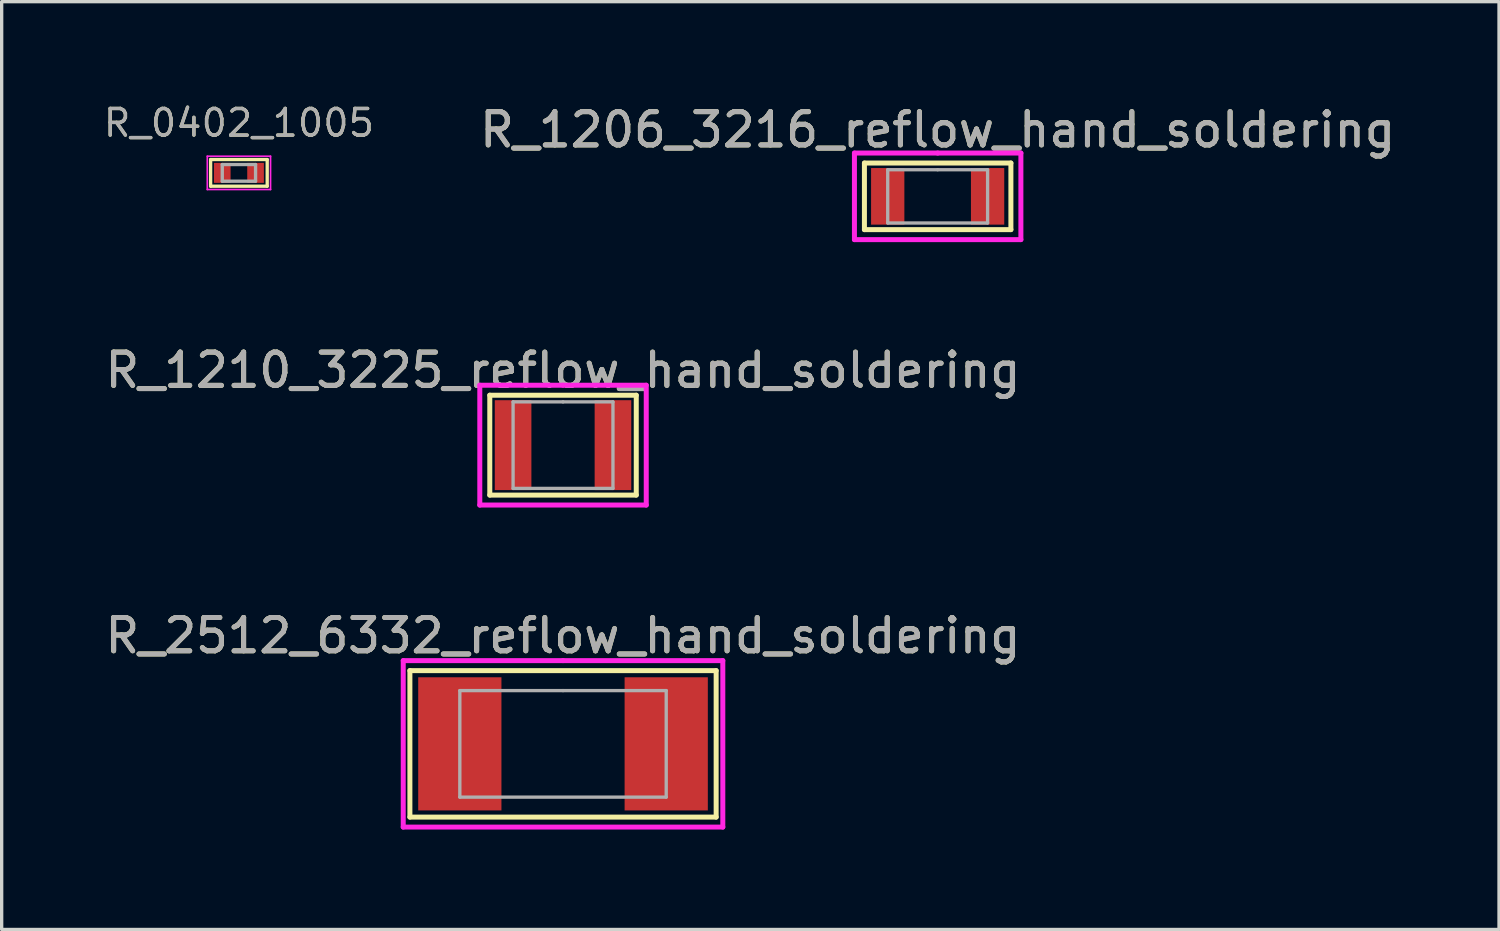
<source format=kicad_pcb>
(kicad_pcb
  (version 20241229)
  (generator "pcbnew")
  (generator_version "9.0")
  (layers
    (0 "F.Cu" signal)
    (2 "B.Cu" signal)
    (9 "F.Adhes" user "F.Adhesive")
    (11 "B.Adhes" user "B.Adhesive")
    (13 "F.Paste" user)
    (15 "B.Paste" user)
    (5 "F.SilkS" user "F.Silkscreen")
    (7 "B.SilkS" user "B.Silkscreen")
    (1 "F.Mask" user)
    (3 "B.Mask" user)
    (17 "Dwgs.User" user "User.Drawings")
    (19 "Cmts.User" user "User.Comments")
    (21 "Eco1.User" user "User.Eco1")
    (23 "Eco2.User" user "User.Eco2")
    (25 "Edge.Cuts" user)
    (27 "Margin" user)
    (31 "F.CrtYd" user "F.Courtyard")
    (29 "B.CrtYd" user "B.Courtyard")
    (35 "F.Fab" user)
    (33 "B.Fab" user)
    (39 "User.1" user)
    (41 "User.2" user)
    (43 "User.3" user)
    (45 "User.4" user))
  (footprint "R_2512_6332_reflow_hand_soldering"
    (layer "F.Cu")
    (at 13.863 19.295)
    (property "Reference" "R_2512_6332_reflow_hand_soldering" (at 0 -3.25 0) (layer "F.SilkS") (effects (font (size 1 1) (thickness 0.15))))
    (attr smd)
    (fp_line (start -4.6 -2.2) (end -4.6 2.2) (stroke (width 0.15) (type solid)) (layer "F.SilkS"))
    (fp_line (start -4.6 2.2) (end 4.6 2.2) (stroke (width 0.15) (type solid)) (layer "F.SilkS"))
    (fp_line (start 4.6 -2.2) (end -4.6 -2.2) (stroke (width 0.15) (type solid)) (layer "F.SilkS"))
    (fp_line (start 4.6 2.2) (end 4.6 -2.2) (stroke (width 0.15) (type solid)) (layer "F.SilkS"))
    (fp_line (start -4.8 -2.5) (end 0 -2.5) (stroke (width 0.15) (type solid)) (layer "F.CrtYd"))
    (fp_line (start -4.8 2.5) (end -4.8 -2.5) (stroke (width 0.15) (type solid)) (layer "F.CrtYd"))
    (fp_line (start 0 -2.5) (end 4.8 -2.5) (stroke (width 0.15) (type solid)) (layer "F.CrtYd"))
    (fp_line (start 4.8 -2.5) (end 4.8 2.5) (stroke (width 0.15) (type solid)) (layer "F.CrtYd"))
    (fp_line (start 4.8 2.5) (end -4.8 2.5) (stroke (width 0.15) (type solid)) (layer "F.CrtYd"))
    (fp_line (start -3.1 -1.6) (end 0 -1.6) (stroke (width 0.1) (type solid)) (layer "F.Fab"))
    (fp_line (start -3.1 1.6) (end -3.1 -1.6) (stroke (width 0.1) (type solid)) (layer "F.Fab"))
    (fp_line (start 0 -1.6) (end 3.1 -1.6) (stroke (width 0.1) (type solid)) (layer "F.Fab"))
    (fp_line (start 3.1 -1.6) (end 3.1 1.6) (stroke (width 0.1) (type solid)) (layer "F.Fab"))
    (fp_line (start 3.1 1.6) (end -3.1 1.6) (stroke (width 0.1) (type solid)) (layer "F.Fab"))
    (fp_text user "${REFERENCE}" (at 0 -3.25 0) (layer "F.Fab") (effects (font (size 1 1) (thickness 0.15))))
    (pad "1" smd rect (at -3.1 0) (size 2.5 4) (layers "F.Cu" "F.Mask" "F.Paste"))
    (pad "2" smd rect (at 3.1 0) (size 2.5 4) (layers "F.Cu" "F.Mask" "F.Paste")))
  (footprint "R_1206_3216_reflow_hand_soldering"
    (layer "F.Cu")
    (at 25.117 2.848)
    (property "Reference" "R_1206_3216_reflow_hand_soldering" (at 0 -2 0) (layer "F.SilkS") (effects (font (size 1 1) (thickness 0.15))))
    (attr smd)
    (fp_line (start -2.2 -1) (end 2.2 -1) (stroke (width 0.15) (type solid)) (layer "F.SilkS"))
    (fp_line (start -2.2 1) (end -2.2 -1) (stroke (width 0.15) (type solid)) (layer "F.SilkS"))
    (fp_line (start 2.2 -1) (end 2.2 1) (stroke (width 0.15) (type solid)) (layer "F.SilkS"))
    (fp_line (start 2.2 1) (end -2.2 1) (stroke (width 0.15) (type solid)) (layer "F.SilkS"))
    (fp_line (start -2.5 -1.3) (end 0 -1.3) (stroke (width 0.15) (type solid)) (layer "F.CrtYd"))
    (fp_line (start -2.5 1.3) (end -2.5 -1.3) (stroke (width 0.15) (type solid)) (layer "F.CrtYd"))
    (fp_line (start 0 -1.3) (end 2.5 -1.3) (stroke (width 0.15) (type solid)) (layer "F.CrtYd"))
    (fp_line (start 2.5 -1.3) (end 2.5 1.3) (stroke (width 0.15) (type solid)) (layer "F.CrtYd"))
    (fp_line (start 2.5 1.3) (end -2.5 1.3) (stroke (width 0.15) (type solid)) (layer "F.CrtYd"))
    (fp_line (start -1.5 -0.8) (end 0 -0.8) (stroke (width 0.1) (type solid)) (layer "F.Fab"))
    (fp_line (start -1.5 0.8) (end -1.5 -0.8) (stroke (width 0.1) (type solid)) (layer "F.Fab"))
    (fp_line (start 0 -0.8) (end 1.5 -0.8) (stroke (width 0.1) (type solid)) (layer "F.Fab"))
    (fp_line (start 1.5 -0.8) (end 1.5 0.8) (stroke (width 0.1) (type solid)) (layer "F.Fab"))
    (fp_line (start 1.5 0.8) (end -1.5 0.8) (stroke (width 0.1) (type solid)) (layer "F.Fab"))
    (fp_text user "${REFERENCE}" (at 0 -2 0) (layer "F.Fab") (effects (font (size 1 1) (thickness 0.15))))
    (pad "1" smd rect (at -1.5 0) (size 1 1.7) (layers "F.Cu" "F.Mask" "F.Paste"))
    (pad "2" smd rect (at 1.5 0) (size 1 1.7) (layers "F.Cu" "F.Mask" "F.Paste")))
  (footprint "R_0402_1005"
    (layer "F.Cu")
    (at 4.127 2.143)
    (property "Reference" "R_0402_1005" (at 0 -1.5 0) (layer "F.SilkS") (effects (font (size 0.8 0.8) (thickness 0.1))))
    (attr smd)
    (fp_line (start -0.85 -0.4) (end -0.85 0.4) (stroke (width 0.1) (type solid)) (layer "F.SilkS"))
    (fp_line (start -0.85 0.4) (end 0.85 0.4) (stroke (width 0.1) (type solid)) (layer "F.SilkS"))
    (fp_line (start 0.85 -0.4) (end -0.85 -0.4) (stroke (width 0.1) (type solid)) (layer "F.SilkS"))
    (fp_line (start 0.85 0.4) (end 0.85 -0.4) (stroke (width 0.1) (type solid)) (layer "F.SilkS"))
    (fp_line (start -0.95 -0.5) (end -0.95 0.5) (stroke (width 0.05) (type solid)) (layer "F.CrtYd"))
    (fp_line (start -0.95 0.5) (end 0.95 0.5) (stroke (width 0.05) (type solid)) (layer "F.CrtYd"))
    (fp_line (start 0.95 -0.5) (end -0.95 -0.5) (stroke (width 0.05) (type solid)) (layer "F.CrtYd"))
    (fp_line (start 0.95 0.5) (end 0.95 -0.5) (stroke (width 0.05) (type solid)) (layer "F.CrtYd"))
    (fp_line (start -0.5 -0.25) (end 0.5 -0.25) (stroke (width 0.1) (type solid)) (layer "F.Fab"))
    (fp_line (start -0.5 0.25) (end -0.5 -0.25) (stroke (width 0.1) (type solid)) (layer "F.Fab"))
    (fp_line (start 0.5 -0.25) (end 0.5 0.25) (stroke (width 0.1) (type solid)) (layer "F.Fab"))
    (fp_line (start 0.5 0.25) (end -0.5 0.25) (stroke (width 0.1) (type solid)) (layer "F.Fab"))
    (fp_text user "${REFERENCE}" (at 0 -1.5 0) (layer "F.Fab") (effects (font (size 0.8 0.8) (thickness 0.1))))
    (pad "1" smd rect (at -0.5 0) (size 0.5 0.6) (layers "F.Cu" "F.Mask" "F.Paste"))
    (pad "2" smd rect (at 0.5 0) (size 0.5 0.6) (layers "F.Cu" "F.Mask" "F.Paste")))
  (footprint "R_1210_3225_reflow_hand_soldering"
    (layer "F.Cu")
    (at 13.863 10.322)
    (property "Reference" "R_1210_3225_reflow_hand_soldering" (at 0 -2.25 0) (layer "F.SilkS") (effects (font (size 1 1) (thickness 0.15))))
    (attr smd)
    (fp_line (start -2.2 -1.5) (end 2.2 -1.5) (stroke (width 0.15) (type solid)) (layer "F.SilkS"))
    (fp_line (start -2.2 1.5) (end -2.2 -1.5) (stroke (width 0.15) (type solid)) (layer "F.SilkS"))
    (fp_line (start 2.2 -1.5) (end 2.2 1.5) (stroke (width 0.15) (type solid)) (layer "F.SilkS"))
    (fp_line (start 2.2 1.5) (end -2.2 1.5) (stroke (width 0.15) (type solid)) (layer "F.SilkS"))
    (fp_line (start -2.5 -1.8) (end 0 -1.8) (stroke (width 0.15) (type solid)) (layer "F.CrtYd"))
    (fp_line (start -2.5 1.8) (end -2.5 -1.8) (stroke (width 0.15) (type solid)) (layer "F.CrtYd"))
    (fp_line (start 0 -1.8) (end 2.5 -1.8) (stroke (width 0.15) (type solid)) (layer "F.CrtYd"))
    (fp_line (start 2.5 -1.8) (end 2.5 1.8) (stroke (width 0.15) (type solid)) (layer "F.CrtYd"))
    (fp_line (start 2.5 1.8) (end -2.5 1.8) (stroke (width 0.15) (type solid)) (layer "F.CrtYd"))
    (fp_line (start -1.5 -1.3) (end 0 -1.3) (stroke (width 0.1) (type solid)) (layer "F.Fab"))
    (fp_line (start -1.5 1.3) (end -1.5 -1.3) (stroke (width 0.1) (type solid)) (layer "F.Fab"))
    (fp_line (start 0 -1.3) (end 1.5 -1.3) (stroke (width 0.1) (type solid)) (layer "F.Fab"))
    (fp_line (start 1.5 -1.3) (end 1.5 1.3) (stroke (width 0.1) (type solid)) (layer "F.Fab"))
    (fp_line (start 1.5 1.3) (end -1.5 1.3) (stroke (width 0.1) (type solid)) (layer "F.Fab"))
    (fp_text user "${REFERENCE}" (at 0 -2.25 0) (layer "F.Fab") (effects (font (size 1 1) (thickness 0.15))))
    (pad "1" smd rect (at -1.5 0) (size 1.1 2.7) (layers "F.Cu" "F.Mask" "F.Paste"))
    (pad "2" smd rect (at 1.5 0) (size 1.1 2.7) (layers "F.Cu" "F.Mask" "F.Paste")))
  (gr_rect
    (start -3 -3)
    (end 41.98 24.87)
    (stroke (width 0.1) (type default))
    (fill no)
    (layer "Edge.Cuts")))
</source>
